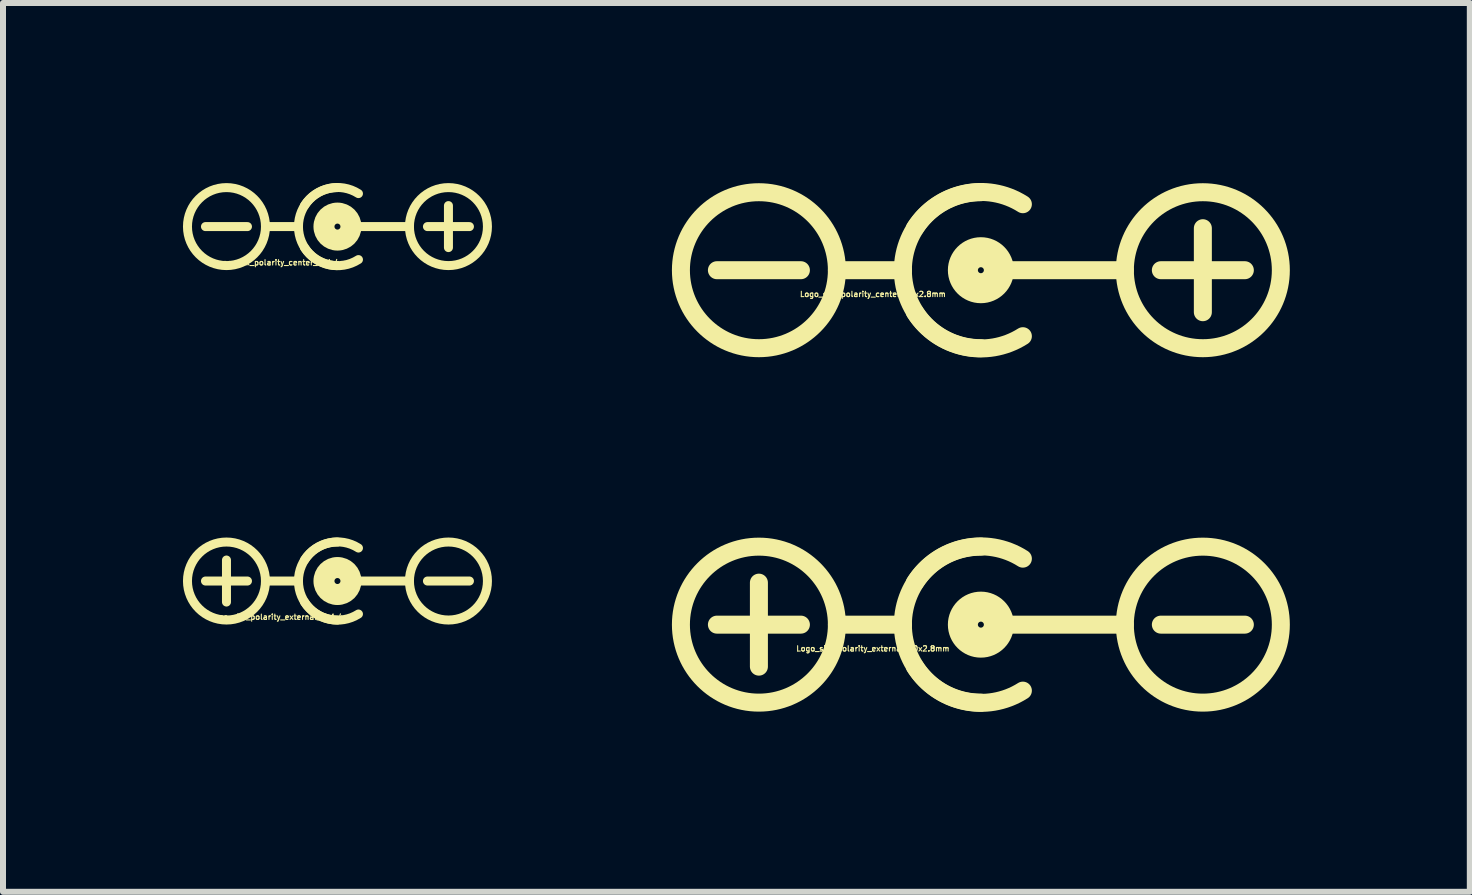
<source format=kicad_pcb>
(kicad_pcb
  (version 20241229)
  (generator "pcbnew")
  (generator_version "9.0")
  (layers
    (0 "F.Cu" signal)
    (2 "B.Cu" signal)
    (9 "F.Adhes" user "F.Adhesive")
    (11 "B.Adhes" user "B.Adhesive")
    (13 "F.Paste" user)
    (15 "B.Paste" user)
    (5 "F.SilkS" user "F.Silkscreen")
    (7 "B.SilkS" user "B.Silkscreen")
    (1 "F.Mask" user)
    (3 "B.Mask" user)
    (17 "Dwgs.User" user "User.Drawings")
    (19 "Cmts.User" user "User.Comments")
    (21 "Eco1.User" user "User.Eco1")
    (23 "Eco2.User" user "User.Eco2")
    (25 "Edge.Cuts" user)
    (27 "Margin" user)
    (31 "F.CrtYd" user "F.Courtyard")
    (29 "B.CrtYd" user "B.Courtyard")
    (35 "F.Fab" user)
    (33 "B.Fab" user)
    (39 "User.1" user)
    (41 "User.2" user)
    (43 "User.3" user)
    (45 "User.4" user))
  (footprint "Logo_silk_polarity_external_10x2.8mm"
    (layer "F.Cu")
    (at 13.3 7.362)
    (property "Reference" "Logo_silk_polarity_external_10x2.8mm" (at -1.8 0.4 0) (layer "F.SilkS") (effects (font (size 0.089 0.089) (thickness 0.018))))
    (attr exclude_from_pos_files exclude_from_bom)
    (fp_line (start -4.4 0) (end -3 0) (stroke (width 0.3) (type solid)) (layer "F.SilkS"))
    (fp_line (start -3.7 0.7) (end -3.7 -0.7) (stroke (width 0.3) (type solid)) (layer "F.SilkS"))
    (fp_line (start -1.3 0) (end -2.4 0) (stroke (width 0.3) (type solid)) (layer "F.SilkS"))
    (fp_line (start 2.4 0) (end 0.3 0) (stroke (width 0.3) (type solid)) (layer "F.SilkS"))
    (fp_line (start 3 0) (end 4.4 0) (stroke (width 0.3) (type solid)) (layer "F.SilkS"))
    (fp_arc (start -1.3 0) (mid -0.919239 -0.919239) (end 0 -1.3) (stroke (width 0.3) (type solid)) (layer "F.SilkS"))
    (fp_arc (start -1.1 -0.7) (mid -0.282843 -1.272792) (end 0.7 -1.1) (stroke (width 0.3) (type solid)) (layer "F.SilkS"))
    (fp_arc (start 0 1.3) (mid -0.919239 0.919239) (end -1.3 0) (stroke (width 0.3) (type solid)) (layer "F.SilkS"))
    (fp_arc (start 0.7 1.1) (mid -0.282843 1.272792) (end -1.1 0.7) (stroke (width 0.3) (type solid)) (layer "F.SilkS"))
    (fp_circle (center -3.7 0) (end -2.4 0) (stroke (width 0.3) (type solid)) (fill no) (layer "F.SilkS"))
    (fp_circle (center 0 0) (end -0.4 0) (stroke (width 0.3) (type solid)) (fill no) (layer "F.SilkS"))
    (fp_circle (center 0 0) (end -0.3 0.1) (stroke (width 0.3) (type solid)) (fill no) (layer "F.SilkS"))
    (fp_circle (center 0 0) (end -0.2 0) (stroke (width 0.3) (type solid)) (fill no) (layer "F.SilkS"))
    (fp_circle (center 0 0) (end -0.1 0) (stroke (width 0.3) (type solid)) (fill no) (layer "F.SilkS"))
    (fp_circle (center 3.7 0) (end 5 0) (stroke (width 0.3) (type solid)) (fill no) (layer "F.SilkS")))
  (footprint "Logo_silk_polarity_center_10x2.8mm"
    (layer "F.Cu")
    (at 13.3 1.454)
    (property "Reference" "Logo_silk_polarity_center_10x2.8mm" (at -1.8 0.4 0) (layer "F.SilkS") (effects (font (size 0.089 0.089) (thickness 0.018))))
    (attr exclude_from_pos_files exclude_from_bom)
    (fp_line (start -4.4 0) (end -3 0) (stroke (width 0.3) (type solid)) (layer "F.SilkS"))
    (fp_line (start -1.3 0) (end -2.4 0) (stroke (width 0.3) (type solid)) (layer "F.SilkS"))
    (fp_line (start 2.4 0) (end 0.3 0) (stroke (width 0.3) (type solid)) (layer "F.SilkS"))
    (fp_line (start 3 0) (end 4.4 0) (stroke (width 0.3) (type solid)) (layer "F.SilkS"))
    (fp_line (start 3.7 0.7) (end 3.7 -0.7) (stroke (width 0.3) (type solid)) (layer "F.SilkS"))
    (fp_arc (start -1.3 0) (mid -0.919239 -0.919239) (end 0 -1.3) (stroke (width 0.3) (type solid)) (layer "F.SilkS"))
    (fp_arc (start -1.1 -0.7) (mid -0.282843 -1.272792) (end 0.7 -1.1) (stroke (width 0.3) (type solid)) (layer "F.SilkS"))
    (fp_arc (start 0 1.3) (mid -0.919239 0.919239) (end -1.3 0) (stroke (width 0.3) (type solid)) (layer "F.SilkS"))
    (fp_arc (start 0.7 1.1) (mid -0.282843 1.272792) (end -1.1 0.7) (stroke (width 0.3) (type solid)) (layer "F.SilkS"))
    (fp_circle (center -3.7 0) (end -2.4 0) (stroke (width 0.3) (type solid)) (fill no) (layer "F.SilkS"))
    (fp_circle (center 0 0) (end -0.4 0) (stroke (width 0.3) (type solid)) (fill no) (layer "F.SilkS"))
    (fp_circle (center 0 0) (end -0.3 0.1) (stroke (width 0.3) (type solid)) (fill no) (layer "F.SilkS"))
    (fp_circle (center 0 0) (end -0.2 0) (stroke (width 0.3) (type solid)) (fill no) (layer "F.SilkS"))
    (fp_circle (center 0 0) (end -0.1 0) (stroke (width 0.3) (type solid)) (fill no) (layer "F.SilkS"))
    (fp_circle (center 3.7 0) (end 5 0) (stroke (width 0.3) (type solid)) (fill no) (layer "F.SilkS")))
  (footprint "Logo_silk_polarity_center_5x1.4mm"
    (layer "F.Cu")
    (at 2.575 0.727)
    (property "Reference" "Logo_silk_polarity_center_5x1.4mm" (at -0.9 0.6 0) (layer "F.SilkS") (effects (font (size 0.089 0.089) (thickness 0.018))))
    (attr exclude_from_pos_files exclude_from_bom)
    (fp_line (start -2.2 0) (end -1.5 0) (stroke (width 0.15) (type solid)) (layer "F.SilkS"))
    (fp_line (start -0.65 0) (end -1.2 0) (stroke (width 0.15) (type solid)) (layer "F.SilkS"))
    (fp_line (start 1.2 0) (end 0.3 0) (stroke (width 0.15) (type solid)) (layer "F.SilkS"))
    (fp_line (start 1.5 0) (end 2.2 0) (stroke (width 0.15) (type solid)) (layer "F.SilkS"))
    (fp_line (start 1.85 0.35) (end 1.85 -0.35) (stroke (width 0.15) (type solid)) (layer "F.SilkS"))
    (fp_arc (start -0.65 0) (mid -0.459619 -0.459619) (end 0 -0.65) (stroke (width 0.15) (type solid)) (layer "F.SilkS"))
    (fp_arc (start -0.55 -0.35) (mid -0.141421 -0.636396) (end 0.35 -0.55) (stroke (width 0.15) (type solid)) (layer "F.SilkS"))
    (fp_arc (start 0 0.65) (mid -0.459619 0.459619) (end -0.65 0) (stroke (width 0.15) (type solid)) (layer "F.SilkS"))
    (fp_arc (start 0.35 0.55) (mid -0.141421 0.636396) (end -0.55 0.35) (stroke (width 0.15) (type solid)) (layer "F.SilkS"))
    (fp_circle (center -1.85 0) (end -1.2 0) (stroke (width 0.15) (type solid)) (fill no) (layer "F.SilkS"))
    (fp_circle (center 0 0) (end -0.2 0) (stroke (width 0.3) (type solid)) (fill no) (layer "F.SilkS"))
    (fp_circle (center 0 0) (end -0.1 0) (stroke (width 0.3) (type solid)) (fill no) (layer "F.SilkS"))
    (fp_circle (center 1.85 0) (end 2.5 0) (stroke (width 0.15) (type solid)) (fill no) (layer "F.SilkS")))
  (footprint "Logo_silk_polarity_external_5x1.4mm"
    (layer "F.Cu")
    (at 2.575 6.635)
    (property "Reference" "Logo_silk_polarity_external_5x1.4mm" (at -0.9 0.6 0) (layer "F.SilkS") (effects (font (size 0.089 0.089) (thickness 0.018))))
    (attr exclude_from_pos_files exclude_from_bom)
    (fp_line (start -2.2 0) (end -1.5 0) (stroke (width 0.15) (type solid)) (layer "F.SilkS"))
    (fp_line (start -1.85 0.35) (end -1.85 -0.35) (stroke (width 0.15) (type solid)) (layer "F.SilkS"))
    (fp_line (start -0.65 0) (end -1.2 0) (stroke (width 0.15) (type solid)) (layer "F.SilkS"))
    (fp_line (start 1.2 0) (end 0.3 0) (stroke (width 0.15) (type solid)) (layer "F.SilkS"))
    (fp_line (start 1.5 0) (end 2.2 0) (stroke (width 0.15) (type solid)) (layer "F.SilkS"))
    (fp_arc (start -0.65 0) (mid -0.459619 -0.459619) (end 0 -0.65) (stroke (width 0.15) (type solid)) (layer "F.SilkS"))
    (fp_arc (start -0.55 -0.35) (mid -0.141421 -0.636396) (end 0.35 -0.55) (stroke (width 0.15) (type solid)) (layer "F.SilkS"))
    (fp_arc (start 0 0.65) (mid -0.459619 0.459619) (end -0.65 0) (stroke (width 0.15) (type solid)) (layer "F.SilkS"))
    (fp_arc (start 0.35 0.55) (mid -0.141421 0.636396) (end -0.55 0.35) (stroke (width 0.15) (type solid)) (layer "F.SilkS"))
    (fp_circle (center -1.85 0) (end -1.2 0) (stroke (width 0.15) (type solid)) (fill no) (layer "F.SilkS"))
    (fp_circle (center 0 0) (end -0.2 0) (stroke (width 0.3) (type solid)) (fill no) (layer "F.SilkS"))
    (fp_circle (center 0 0) (end -0.1 0) (stroke (width 0.3) (type solid)) (fill no) (layer "F.SilkS"))
    (fp_circle (center 1.85 0) (end 2.5 0) (stroke (width 0.15) (type solid)) (fill no) (layer "F.SilkS")))
  (gr_rect
    (start -3 -3)
    (end 21.45 11.815)
    (stroke (width 0.1) (type default))
    (fill no)
    (layer "Edge.Cuts")))
</source>
